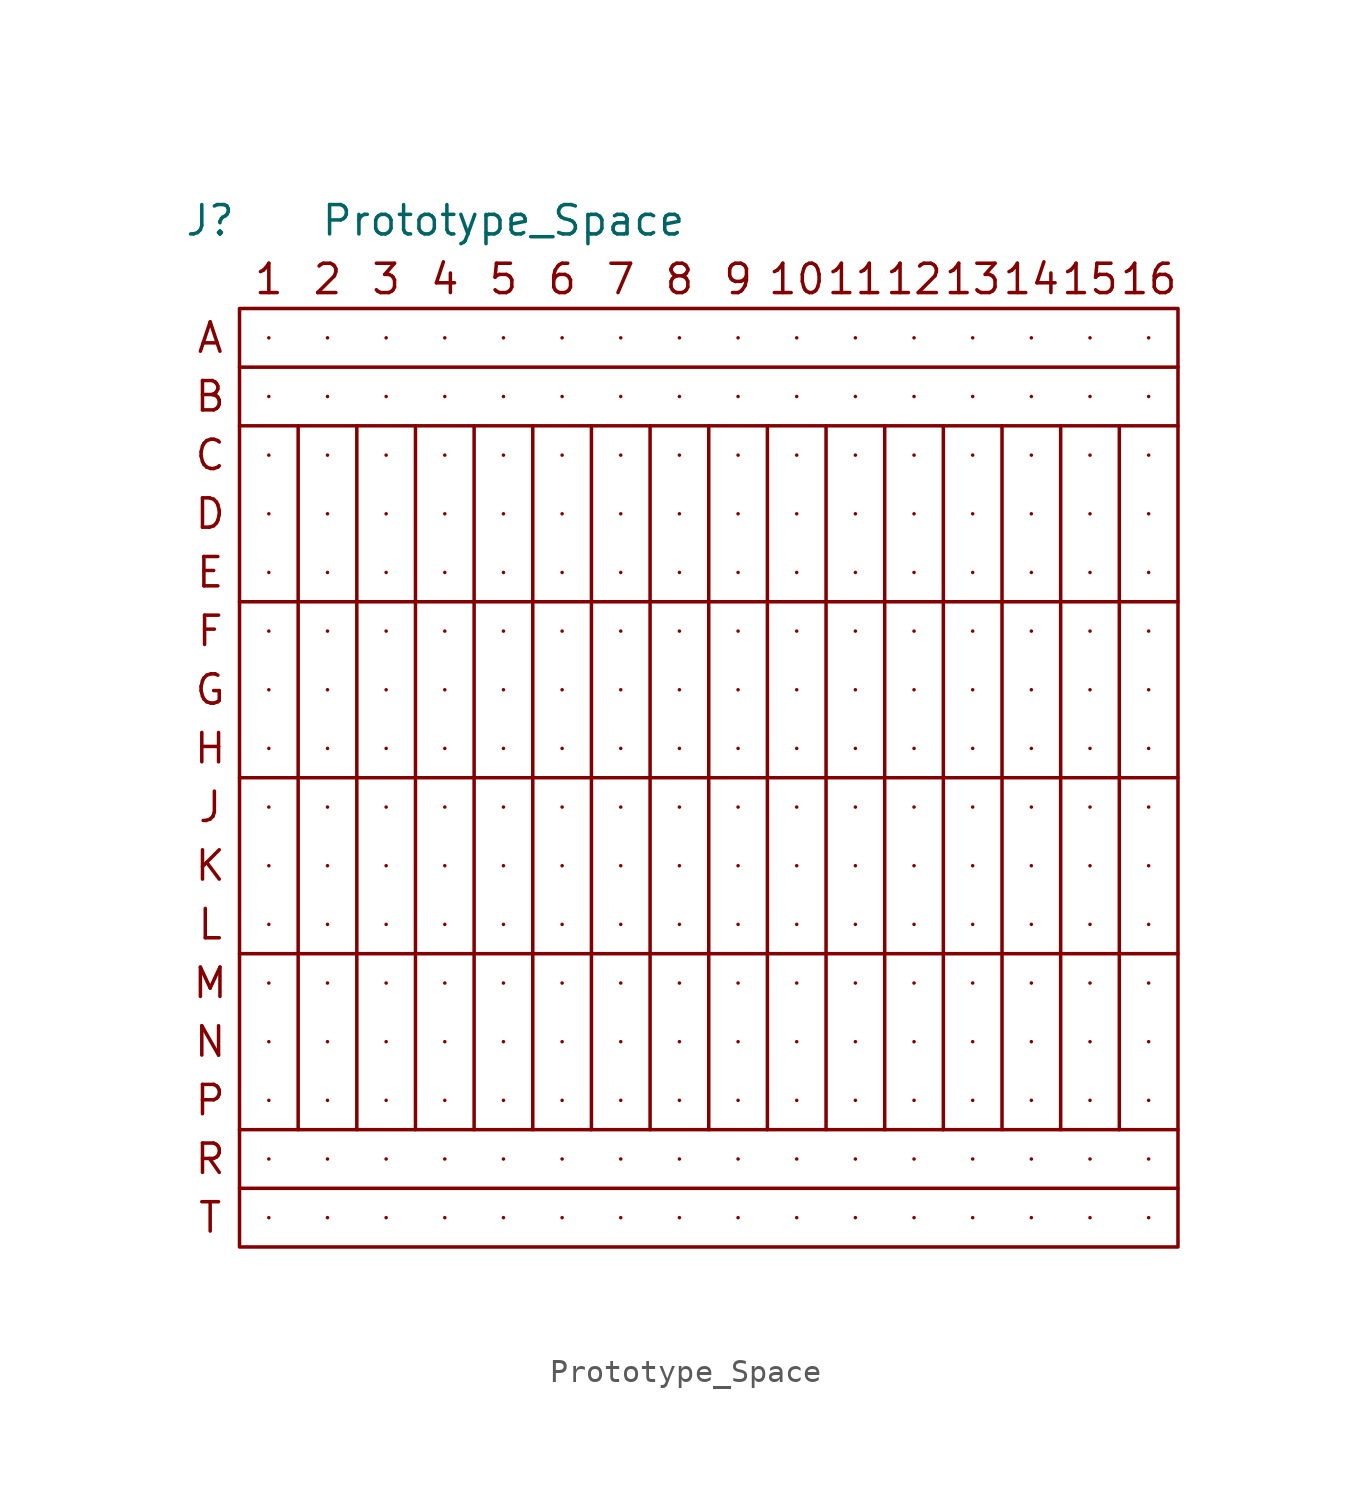
<source format=kicad_sym>
(kicad_symbol_lib
  (version 20211014)
  (generator kicad_symbol_editor)
  (symbol "Prototype_Space"
    (pin_numbers hide)
    (pin_names
      (offset 0) hide)
    (property "Reference" "J"
      (at -2.54 5.08 0)
      (effects (font (size 1.27 1.27))))
    (property "Value" "Prototype_Space"
      (at 10.16 5.08 0)
      (effects (font (size 1.27 1.27))))
    (symbol "Prototype_Space_0_0"
      (text "1" (at 0 2.54 0) (effects (font (size 1.27 1.27))))
      (text "10" (at 22.86 2.54 0) (effects (font (size 1.27 1.27))))
      (text "11" (at 25.4 2.54 0) (effects (font (size 1.27 1.27))))
      (text "12" (at 27.94 2.54 0) (effects (font (size 1.27 1.27))))
      (text "13" (at 30.48 2.54 0) (effects (font (size 1.27 1.27))))
      (text "14" (at 33.02 2.54 0) (effects (font (size 1.27 1.27))))
      (text "15" (at 35.56 2.54 0) (effects (font (size 1.27 1.27))))
      (text "16" (at 38.1 2.54 0) (effects (font (size 1.27 1.27))))
      (text "2" (at 2.54 2.54 0) (effects (font (size 1.27 1.27))))
      (text "3" (at 5.08 2.54 0) (effects (font (size 1.27 1.27))))
      (text "4" (at 7.62 2.54 0) (effects (font (size 1.27 1.27))))
      (text "5" (at 10.16 2.54 0) (effects (font (size 1.27 1.27))))
      (text "6" (at 12.7 2.54 0) (effects (font (size 1.27 1.27))))
      (text "7" (at 15.24 2.54 0) (effects (font (size 1.27 1.27))))
      (text "8" (at 17.78 2.54 0) (effects (font (size 1.27 1.27))))
      (text "9" (at 20.32 2.54 0) (effects (font (size 1.27 1.27))))
      (text "A" (at -2.54 0 0) (effects (font (size 1.27 1.27))))
      (text "B" (at -2.54 -2.54 0) (effects (font (size 1.27 1.27))))
      (text "C" (at -2.54 -5.08 0) (effects (font (size 1.27 1.27))))
      (text "D" (at -2.54 -7.62 0) (effects (font (size 1.27 1.27))))
      (text "E" (at -2.54 -10.16 0) (effects (font (size 1.27 1.27))))
      (text "F" (at -2.54 -12.7 0) (effects (font (size 1.27 1.27))))
      (text "G" (at -2.54 -15.24 0) (effects (font (size 1.27 1.27))))
      (text "H" (at -2.54 -17.78 0) (effects (font (size 1.27 1.27))))
      (text "J" (at -2.54 -20.32 0) (effects (font (size 1.27 1.27))))
      (text "K" (at -2.54 -22.86 0) (effects (font (size 1.27 1.27))))
      (text "L" (at -2.54 -25.4 0) (effects (font (size 1.27 1.27))))
      (text "M" (at -2.54 -27.94 0) (effects (font (size 1.27 1.27))))
      (text "N" (at -2.54 -30.48 0) (effects (font (size 1.27 1.27))))
      (text "P" (at -2.54 -33.02 0) (effects (font (size 1.27 1.27))))
      (text "R" (at -2.54 -35.56 0) (effects (font (size 1.27 1.27))))
      (text "T" (at -2.54 -38.1 0) (effects (font (size 1.27 1.27)))))
    (symbol "Prototype_Space_0_1"
      (rectangle (start -1.27 1.27) (end 39.37 -39.37) (stroke (width 0) (type default) (color 0 0 0 0)) (fill (type none)))
      (polyline (pts (xy -1.27 -36.83) (xy 39.37 -36.83)) (stroke (width 0) (type default) (color 0 0 0 0)) (fill (type none)))
      (polyline (pts (xy -1.27 -19.05) (xy 39.37 -19.05)) (stroke (width 0) (type default) (color 0 0 0 0)) (fill (type none)))
      (polyline (pts (xy -1.27 -1.27) (xy 39.37 -1.27)) (stroke (width 0) (type default) (color 0 0 0 0)) (fill (type none)))
      (polyline (pts (xy 1.27 -34.29) (xy 1.27 -3.81)) (stroke (width 0) (type default) (color 0 0 0 0)) (fill (type none)))
      (polyline (pts (xy 3.81 -3.81) (xy 3.81 -34.29)) (stroke (width 0) (type default) (color 0 0 0 0)) (fill (type none)))
      (polyline (pts (xy 6.35 -3.81) (xy 6.35 -34.29)) (stroke (width 0) (type default) (color 0 0 0 0)) (fill (type none)))
      (polyline (pts (xy 8.89 -3.81) (xy 8.89 -34.29)) (stroke (width 0) (type default) (color 0 0 0 0)) (fill (type none)))
      (polyline (pts (xy 11.43 -3.81) (xy 11.43 -34.29)) (stroke (width 0) (type default) (color 0 0 0 0)) (fill (type none)))
      (polyline (pts (xy 13.97 -34.29) (xy 13.97 -3.81)) (stroke (width 0) (type default) (color 0 0 0 0)) (fill (type none)))
      (polyline (pts (xy 16.51 -3.81) (xy 16.51 -34.29)) (stroke (width 0) (type default) (color 0 0 0 0)) (fill (type none)))
      (polyline (pts (xy 19.05 -34.29) (xy 19.05 -3.81)) (stroke (width 0) (type default) (color 0 0 0 0)) (fill (type none)))
      (polyline (pts (xy 21.59 -3.81) (xy 21.59 -34.29)) (stroke (width 0) (type default) (color 0 0 0 0)) (fill (type none)))
      (polyline (pts (xy 24.13 -34.29) (xy 24.13 -3.81)) (stroke (width 0) (type default) (color 0 0 0 0)) (fill (type none)))
      (polyline (pts (xy 26.67 -3.81) (xy 26.67 -34.29)) (stroke (width 0) (type default) (color 0 0 0 0)) (fill (type none)))
      (polyline (pts (xy 29.21 -34.29) (xy 29.21 -3.81)) (stroke (width 0) (type default) (color 0 0 0 0)) (fill (type none)))
      (polyline (pts (xy 31.75 -3.81) (xy 31.75 -34.29)) (stroke (width 0) (type default) (color 0 0 0 0)) (fill (type none)))
      (polyline (pts (xy 34.29 -34.29) (xy 34.29 -3.81)) (stroke (width 0) (type default) (color 0 0 0 0)) (fill (type none)))
      (polyline (pts (xy 36.83 -3.81) (xy 36.83 -34.29)) (stroke (width 0) (type default) (color 0 0 0 0)) (fill (type none)))
      (polyline (pts (xy 39.37 -34.29) (xy -1.27 -34.29)) (stroke (width 0) (type default) (color 0 0 0 0)) (fill (type none)))
      (polyline (pts (xy 39.37 -26.67) (xy -1.27 -26.67)) (stroke (width 0) (type default) (color 0 0 0 0)) (fill (type none)))
      (polyline (pts (xy 39.37 -11.43) (xy -1.27 -11.43)) (stroke (width 0) (type default) (color 0 0 0 0)) (fill (type none)))
      (polyline (pts (xy 39.37 -3.81) (xy -1.27 -3.81)) (stroke (width 0) (type default) (color 0 0 0 0)) (fill (type none))))
    (symbol "Prototype_Space_1_1"
      (pin passive line (at 22.86 0 0) (length 0) (name "10A" (effects (font (size 1.27 1.27)))) (number "10A" (effects (font (size 1.27 1.27)))))
      (pin passive line (at 22.86 -2.54 0) (length 0) (name "10B" (effects (font (size 1.27 1.27)))) (number "10B" (effects (font (size 1.27 1.27)))))
      (pin passive line (at 22.86 -5.08 0) (length 0) (name "10C" (effects (font (size 1.27 1.27)))) (number "10C" (effects (font (size 1.27 1.27)))))
      (pin passive line (at 22.86 -7.62 0) (length 0) (name "10D" (effects (font (size 1.27 1.27)))) (number "10D" (effects (font (size 1.27 1.27)))))
      (pin passive line (at 22.86 -10.16 0) (length 0) (name "10E" (effects (font (size 1.27 1.27)))) (number "10E" (effects (font (size 1.27 1.27)))))
      (pin passive line (at 22.86 -12.7 0) (length 0) (name "10F" (effects (font (size 1.27 1.27)))) (number "10F" (effects (font (size 1.27 1.27)))))
      (pin passive line (at 22.86 -15.24 0) (length 0) (name "10G" (effects (font (size 1.27 1.27)))) (number "10G" (effects (font (size 1.27 1.27)))))
      (pin passive line (at 22.86 -17.78 0) (length 0) (name "10H" (effects (font (size 1.27 1.27)))) (number "10H" (effects (font (size 1.27 1.27)))))
      (pin passive line (at 22.86 -20.32 0) (length 0) (name "10J" (effects (font (size 1.27 1.27)))) (number "10J" (effects (font (size 1.27 1.27)))))
      (pin passive line (at 22.86 -22.86 0) (length 0) (name "10K" (effects (font (size 1.27 1.27)))) (number "10K" (effects (font (size 1.27 1.27)))))
      (pin passive line (at 22.86 -25.4 0) (length 0) (name "10L" (effects (font (size 1.27 1.27)))) (number "10L" (effects (font (size 1.27 1.27)))))
      (pin passive line (at 22.86 -27.94 0) (length 0) (name "10M" (effects (font (size 1.27 1.27)))) (number "10M" (effects (font (size 1.27 1.27)))))
      (pin passive line (at 22.86 -30.48 0) (length 0) (name "10N" (effects (font (size 1.27 1.27)))) (number "10N" (effects (font (size 1.27 1.27)))))
      (pin passive line (at 22.86 -33.02 0) (length 0) (name "10P" (effects (font (size 1.27 1.27)))) (number "10P" (effects (font (size 1.27 1.27)))))
      (pin passive line (at 22.86 -35.56 0) (length 0) (name "10R" (effects (font (size 1.27 1.27)))) (number "10R" (effects (font (size 1.27 1.27)))))
      (pin passive line (at 22.86 -38.1 0) (length 0) (name "10T" (effects (font (size 1.27 1.27)))) (number "10T" (effects (font (size 1.27 1.27)))))
      (pin passive line (at 25.4 0 0) (length 0) (name "11A" (effects (font (size 1.27 1.27)))) (number "11A" (effects (font (size 1.27 1.27)))))
      (pin passive line (at 25.4 -2.54 0) (length 0) (name "11B" (effects (font (size 1.27 1.27)))) (number "11B" (effects (font (size 1.27 1.27)))))
      (pin passive line (at 25.4 -5.08 0) (length 0) (name "11C" (effects (font (size 1.27 1.27)))) (number "11C" (effects (font (size 1.27 1.27)))))
      (pin passive line (at 25.4 -7.62 0) (length 0) (name "11D" (effects (font (size 1.27 1.27)))) (number "11D" (effects (font (size 1.27 1.27)))))
      (pin passive line (at 25.4 -10.16 0) (length 0) (name "11E" (effects (font (size 1.27 1.27)))) (number "11E" (effects (font (size 1.27 1.27)))))
      (pin passive line (at 25.4 -12.7 0) (length 0) (name "11F" (effects (font (size 1.27 1.27)))) (number "11F" (effects (font (size 1.27 1.27)))))
      (pin passive line (at 25.4 -15.24 0) (length 0) (name "11G" (effects (font (size 1.27 1.27)))) (number "11G" (effects (font (size 1.27 1.27)))))
      (pin passive line (at 25.4 -17.78 0) (length 0) (name "11H" (effects (font (size 1.27 1.27)))) (number "11H" (effects (font (size 1.27 1.27)))))
      (pin passive line (at 25.4 -20.32 0) (length 0) (name "11J" (effects (font (size 1.27 1.27)))) (number "11J" (effects (font (size 1.27 1.27)))))
      (pin passive line (at 25.4 -22.86 0) (length 0) (name "11K" (effects (font (size 1.27 1.27)))) (number "11K" (effects (font (size 1.27 1.27)))))
      (pin passive line (at 25.4 -25.4 0) (length 0) (name "11L" (effects (font (size 1.27 1.27)))) (number "11L" (effects (font (size 1.27 1.27)))))
      (pin passive line (at 25.4 -27.94 0) (length 0) (name "11M" (effects (font (size 1.27 1.27)))) (number "11M" (effects (font (size 1.27 1.27)))))
      (pin passive line (at 25.4 -30.48 0) (length 0) (name "11N" (effects (font (size 1.27 1.27)))) (number "11N" (effects (font (size 1.27 1.27)))))
      (pin passive line (at 25.4 -33.02 0) (length 0) (name "11P" (effects (font (size 1.27 1.27)))) (number "11P" (effects (font (size 1.27 1.27)))))
      (pin passive line (at 25.4 -35.56 0) (length 0) (name "11R" (effects (font (size 1.27 1.27)))) (number "11R" (effects (font (size 1.27 1.27)))))
      (pin passive line (at 25.4 -38.1 0) (length 0) (name "11T" (effects (font (size 1.27 1.27)))) (number "11T" (effects (font (size 1.27 1.27)))))
      (pin passive line (at 27.94 0 0) (length 0) (name "12A" (effects (font (size 1.27 1.27)))) (number "12A" (effects (font (size 1.27 1.27)))))
      (pin passive line (at 27.94 -2.54 0) (length 0) (name "12B" (effects (font (size 1.27 1.27)))) (number "12B" (effects (font (size 1.27 1.27)))))
      (pin passive line (at 27.94 -5.08 0) (length 0) (name "12C" (effects (font (size 1.27 1.27)))) (number "12C" (effects (font (size 1.27 1.27)))))
      (pin passive line (at 27.94 -7.62 0) (length 0) (name "12D" (effects (font (size 1.27 1.27)))) (number "12D" (effects (font (size 1.27 1.27)))))
      (pin passive line (at 27.94 -10.16 0) (length 0) (name "12E" (effects (font (size 1.27 1.27)))) (number "12E" (effects (font (size 1.27 1.27)))))
      (pin passive line (at 27.94 -12.7 0) (length 0) (name "12F" (effects (font (size 1.27 1.27)))) (number "12F" (effects (font (size 1.27 1.27)))))
      (pin passive line (at 27.94 -15.24 0) (length 0) (name "12G" (effects (font (size 1.27 1.27)))) (number "12G" (effects (font (size 1.27 1.27)))))
      (pin passive line (at 27.94 -17.78 0) (length 0) (name "12H" (effects (font (size 1.27 1.27)))) (number "12H" (effects (font (size 1.27 1.27)))))
      (pin passive line (at 27.94 -20.32 0) (length 0) (name "12J" (effects (font (size 1.27 1.27)))) (number "12J" (effects (font (size 1.27 1.27)))))
      (pin passive line (at 27.94 -22.86 0) (length 0) (name "12K" (effects (font (size 1.27 1.27)))) (number "12K" (effects (font (size 1.27 1.27)))))
      (pin passive line (at 27.94 -25.4 0) (length 0) (name "12L" (effects (font (size 1.27 1.27)))) (number "12L" (effects (font (size 1.27 1.27)))))
      (pin passive line (at 27.94 -27.94 0) (length 0) (name "12M" (effects (font (size 1.27 1.27)))) (number "12M" (effects (font (size 1.27 1.27)))))
      (pin passive line (at 27.94 -30.48 0) (length 0) (name "12N" (effects (font (size 1.27 1.27)))) (number "12N" (effects (font (size 1.27 1.27)))))
      (pin passive line (at 27.94 -33.02 0) (length 0) (name "12P" (effects (font (size 1.27 1.27)))) (number "12P" (effects (font (size 1.27 1.27)))))
      (pin passive line (at 27.94 -35.56 0) (length 0) (name "12R" (effects (font (size 1.27 1.27)))) (number "12R" (effects (font (size 1.27 1.27)))))
      (pin passive line (at 27.94 -38.1 0) (length 0) (name "12T" (effects (font (size 1.27 1.27)))) (number "12T" (effects (font (size 1.27 1.27)))))
      (pin passive line (at 30.48 0 0) (length 0) (name "13A" (effects (font (size 1.27 1.27)))) (number "13A" (effects (font (size 1.27 1.27)))))
      (pin passive line (at 30.48 -2.54 0) (length 0) (name "13B" (effects (font (size 1.27 1.27)))) (number "13B" (effects (font (size 1.27 1.27)))))
      (pin passive line (at 30.48 -5.08 0) (length 0) (name "13C" (effects (font (size 1.27 1.27)))) (number "13C" (effects (font (size 1.27 1.27)))))
      (pin passive line (at 30.48 -7.62 0) (length 0) (name "13D" (effects (font (size 1.27 1.27)))) (number "13D" (effects (font (size 1.27 1.27)))))
      (pin passive line (at 30.48 -10.16 0) (length 0) (name "13E" (effects (font (size 1.27 1.27)))) (number "13E" (effects (font (size 1.27 1.27)))))
      (pin passive line (at 30.48 -12.7 0) (length 0) (name "13F" (effects (font (size 1.27 1.27)))) (number "13F" (effects (font (size 1.27 1.27)))))
      (pin passive line (at 30.48 -15.24 0) (length 0) (name "13G" (effects (font (size 1.27 1.27)))) (number "13G" (effects (font (size 1.27 1.27)))))
      (pin passive line (at 30.48 -17.78 0) (length 0) (name "13H" (effects (font (size 1.27 1.27)))) (number "13H" (effects (font (size 1.27 1.27)))))
      (pin passive line (at 30.48 -20.32 0) (length 0) (name "13J" (effects (font (size 1.27 1.27)))) (number "13J" (effects (font (size 1.27 1.27)))))
      (pin passive line (at 30.48 -22.86 0) (length 0) (name "13K" (effects (font (size 1.27 1.27)))) (number "13K" (effects (font (size 1.27 1.27)))))
      (pin passive line (at 30.48 -25.4 0) (length 0) (name "13L" (effects (font (size 1.27 1.27)))) (number "13L" (effects (font (size 1.27 1.27)))))
      (pin passive line (at 30.48 -27.94 0) (length 0) (name "13M" (effects (font (size 1.27 1.27)))) (number "13M" (effects (font (size 1.27 1.27)))))
      (pin passive line (at 30.48 -30.48 0) (length 0) (name "13N" (effects (font (size 1.27 1.27)))) (number "13N" (effects (font (size 1.27 1.27)))))
      (pin passive line (at 30.48 -33.02 0) (length 0) (name "13P" (effects (font (size 1.27 1.27)))) (number "13P" (effects (font (size 1.27 1.27)))))
      (pin passive line (at 30.48 -35.56 0) (length 0) (name "13R" (effects (font (size 1.27 1.27)))) (number "13R" (effects (font (size 1.27 1.27)))))
      (pin passive line (at 30.48 -38.1 0) (length 0) (name "13T" (effects (font (size 1.27 1.27)))) (number "13T" (effects (font (size 1.27 1.27)))))
      (pin passive line (at 33.02 0 0) (length 0) (name "14A" (effects (font (size 1.27 1.27)))) (number "14A" (effects (font (size 1.27 1.27)))))
      (pin passive line (at 33.02 -2.54 0) (length 0) (name "14B" (effects (font (size 1.27 1.27)))) (number "14B" (effects (font (size 1.27 1.27)))))
      (pin passive line (at 33.02 -5.08 0) (length 0) (name "14C" (effects (font (size 1.27 1.27)))) (number "14C" (effects (font (size 1.27 1.27)))))
      (pin passive line (at 33.02 -7.62 0) (length 0) (name "14D" (effects (font (size 1.27 1.27)))) (number "14D" (effects (font (size 1.27 1.27)))))
      (pin passive line (at 33.02 -10.16 0) (length 0) (name "14E" (effects (font (size 1.27 1.27)))) (number "14E" (effects (font (size 1.27 1.27)))))
      (pin passive line (at 33.02 -12.7 0) (length 0) (name "14F" (effects (font (size 1.27 1.27)))) (number "14F" (effects (font (size 1.27 1.27)))))
      (pin passive line (at 33.02 -15.24 0) (length 0) (name "14G" (effects (font (size 1.27 1.27)))) (number "14G" (effects (font (size 1.27 1.27)))))
      (pin passive line (at 33.02 -17.78 0) (length 0) (name "14H" (effects (font (size 1.27 1.27)))) (number "14H" (effects (font (size 1.27 1.27)))))
      (pin passive line (at 33.02 -20.32 0) (length 0) (name "14J" (effects (font (size 1.27 1.27)))) (number "14J" (effects (font (size 1.27 1.27)))))
      (pin passive line (at 33.02 -22.86 0) (length 0) (name "14K" (effects (font (size 1.27 1.27)))) (number "14K" (effects (font (size 1.27 1.27)))))
      (pin passive line (at 33.02 -25.4 0) (length 0) (name "14L" (effects (font (size 1.27 1.27)))) (number "14L" (effects (font (size 1.27 1.27)))))
      (pin passive line (at 33.02 -27.94 0) (length 0) (name "14M" (effects (font (size 1.27 1.27)))) (number "14M" (effects (font (size 1.27 1.27)))))
      (pin passive line (at 33.02 -30.48 0) (length 0) (name "14N" (effects (font (size 1.27 1.27)))) (number "14N" (effects (font (size 1.27 1.27)))))
      (pin passive line (at 33.02 -33.02 0) (length 0) (name "14P" (effects (font (size 1.27 1.27)))) (number "14P" (effects (font (size 1.27 1.27)))))
      (pin passive line (at 33.02 -35.56 0) (length 0) (name "14R" (effects (font (size 1.27 1.27)))) (number "14R" (effects (font (size 1.27 1.27)))))
      (pin passive line (at 33.02 -38.1 0) (length 0) (name "14T" (effects (font (size 1.27 1.27)))) (number "14T" (effects (font (size 1.27 1.27)))))
      (pin passive line (at 35.56 0 0) (length 0) (name "15A" (effects (font (size 1.27 1.27)))) (number "15A" (effects (font (size 1.27 1.27)))))
      (pin passive line (at 35.56 -2.54 0) (length 0) (name "15B" (effects (font (size 1.27 1.27)))) (number "15B" (effects (font (size 1.27 1.27)))))
      (pin passive line (at 35.56 -5.08 0) (length 0) (name "15C" (effects (font (size 1.27 1.27)))) (number "15C" (effects (font (size 1.27 1.27)))))
      (pin passive line (at 35.56 -7.62 0) (length 0) (name "15D" (effects (font (size 1.27 1.27)))) (number "15D" (effects (font (size 1.27 1.27)))))
      (pin passive line (at 35.56 -10.16 0) (length 0) (name "15E" (effects (font (size 1.27 1.27)))) (number "15E" (effects (font (size 1.27 1.27)))))
      (pin passive line (at 35.56 -12.7 0) (length 0) (name "15F" (effects (font (size 1.27 1.27)))) (number "15F" (effects (font (size 1.27 1.27)))))
      (pin passive line (at 35.56 -15.24 0) (length 0) (name "15G" (effects (font (size 1.27 1.27)))) (number "15G" (effects (font (size 1.27 1.27)))))
      (pin passive line (at 35.56 -17.78 0) (length 0) (name "15H" (effects (font (size 1.27 1.27)))) (number "15H" (effects (font (size 1.27 1.27)))))
      (pin passive line (at 35.56 -20.32 0) (length 0) (name "15J" (effects (font (size 1.27 1.27)))) (number "15J" (effects (font (size 1.27 1.27)))))
      (pin passive line (at 35.56 -22.86 0) (length 0) (name "15K" (effects (font (size 1.27 1.27)))) (number "15K" (effects (font (size 1.27 1.27)))))
      (pin passive line (at 35.56 -25.4 0) (length 0) (name "15L" (effects (font (size 1.27 1.27)))) (number "15L" (effects (font (size 1.27 1.27)))))
      (pin passive line (at 35.56 -27.94 0) (length 0) (name "15M" (effects (font (size 1.27 1.27)))) (number "15M" (effects (font (size 1.27 1.27)))))
      (pin passive line (at 35.56 -30.48 0) (length 0) (name "15N" (effects (font (size 1.27 1.27)))) (number "15N" (effects (font (size 1.27 1.27)))))
      (pin passive line (at 35.56 -33.02 0) (length 0) (name "15P" (effects (font (size 1.27 1.27)))) (number "15P" (effects (font (size 1.27 1.27)))))
      (pin passive line (at 35.56 -35.56 0) (length 0) (name "15R" (effects (font (size 1.27 1.27)))) (number "15R" (effects (font (size 1.27 1.27)))))
      (pin passive line (at 35.56 -38.1 0) (length 0) (name "15T" (effects (font (size 1.27 1.27)))) (number "15T" (effects (font (size 1.27 1.27)))))
      (pin passive line (at 38.1 0 0) (length 0) (name "16A" (effects (font (size 1.27 1.27)))) (number "16A" (effects (font (size 1.27 1.27)))))
      (pin passive line (at 38.1 -2.54 0) (length 0) (name "16B" (effects (font (size 1.27 1.27)))) (number "16B" (effects (font (size 1.27 1.27)))))
      (pin passive line (at 38.1 -5.08 0) (length 0) (name "16C" (effects (font (size 1.27 1.27)))) (number "16C" (effects (font (size 1.27 1.27)))))
      (pin passive line (at 38.1 -7.62 0) (length 0) (name "16D" (effects (font (size 1.27 1.27)))) (number "16D" (effects (font (size 1.27 1.27)))))
      (pin passive line (at 38.1 -10.16 0) (length 0) (name "16E" (effects (font (size 1.27 1.27)))) (number "16E" (effects (font (size 1.27 1.27)))))
      (pin passive line (at 38.1 -12.7 0) (length 0) (name "16F" (effects (font (size 1.27 1.27)))) (number "16F" (effects (font (size 1.27 1.27)))))
      (pin passive line (at 38.1 -15.24 0) (length 0) (name "16G" (effects (font (size 1.27 1.27)))) (number "16G" (effects (font (size 1.27 1.27)))))
      (pin passive line (at 38.1 -17.78 0) (length 0) (name "16H" (effects (font (size 1.27 1.27)))) (number "16H" (effects (font (size 1.27 1.27)))))
      (pin passive line (at 38.1 -20.32 0) (length 0) (name "16J" (effects (font (size 1.27 1.27)))) (number "16J" (effects (font (size 1.27 1.27)))))
      (pin passive line (at 38.1 -22.86 0) (length 0) (name "16K" (effects (font (size 1.27 1.27)))) (number "16K" (effects (font (size 1.27 1.27)))))
      (pin passive line (at 38.1 -25.4 0) (length 0) (name "16L" (effects (font (size 1.27 1.27)))) (number "16L" (effects (font (size 1.27 1.27)))))
      (pin passive line (at 38.1 -27.94 0) (length 0) (name "16M" (effects (font (size 1.27 1.27)))) (number "16M" (effects (font (size 1.27 1.27)))))
      (pin passive line (at 38.1 -30.48 0) (length 0) (name "16N" (effects (font (size 1.27 1.27)))) (number "16N" (effects (font (size 1.27 1.27)))))
      (pin passive line (at 38.1 -33.02 0) (length 0) (name "16P" (effects (font (size 1.27 1.27)))) (number "16P" (effects (font (size 1.27 1.27)))))
      (pin passive line (at 38.1 -35.56 0) (length 0) (name "16R" (effects (font (size 1.27 1.27)))) (number "16R" (effects (font (size 1.27 1.27)))))
      (pin passive line (at 38.1 -38.1 0) (length 0) (name "16T" (effects (font (size 1.27 1.27)))) (number "16T" (effects (font (size 1.27 1.27)))))
      (pin passive line (at 0 0 0) (length 0) (name "1A" (effects (font (size 1.27 1.27)))) (number "1A" (effects (font (size 1.27 1.27)))))
      (pin passive line (at 0 -2.54 0) (length 0) (name "1B" (effects (font (size 1.27 1.27)))) (number "1B" (effects (font (size 1.27 1.27)))))
      (pin passive line (at 0 -5.08 0) (length 0) (name "1C" (effects (font (size 1.27 1.27)))) (number "1C" (effects (font (size 1.27 1.27)))))
      (pin passive line (at 0 -7.62 0) (length 0) (name "1D" (effects (font (size 1.27 1.27)))) (number "1D" (effects (font (size 1.27 1.27)))))
      (pin passive line (at 0 -10.16 0) (length 0) (name "1E" (effects (font (size 1.27 1.27)))) (number "1E" (effects (font (size 1.27 1.27)))))
      (pin passive line (at 0 -12.7 0) (length 0) (name "1F" (effects (font (size 1.27 1.27)))) (number "1F" (effects (font (size 1.27 1.27)))))
      (pin passive line (at 0 -15.24 0) (length 0) (name "1G" (effects (font (size 1.27 1.27)))) (number "1G" (effects (font (size 1.27 1.27)))))
      (pin passive line (at 0 -17.78 0) (length 0) (name "1H" (effects (font (size 1.27 1.27)))) (number "1H" (effects (font (size 1.27 1.27)))))
      (pin passive line (at 0 -20.32 0) (length 0) (name "1J" (effects (font (size 1.27 1.27)))) (number "1J" (effects (font (size 1.27 1.27)))))
      (pin passive line (at 0 -22.86 0) (length 0) (name "1K" (effects (font (size 1.27 1.27)))) (number "1K" (effects (font (size 1.27 1.27)))))
      (pin passive line (at 0 -25.4 0) (length 0) (name "1L" (effects (font (size 1.27 1.27)))) (number "1L" (effects (font (size 1.27 1.27)))))
      (pin passive line (at 0 -27.94 0) (length 0) (name "1M" (effects (font (size 1.27 1.27)))) (number "1M" (effects (font (size 1.27 1.27)))))
      (pin passive line (at 0 -30.48 0) (length 0) (name "1N" (effects (font (size 1.27 1.27)))) (number "1N" (effects (font (size 1.27 1.27)))))
      (pin passive line (at 0 -33.02 0) (length 0) (name "1P" (effects (font (size 1.27 1.27)))) (number "1P" (effects (font (size 1.27 1.27)))))
      (pin passive line (at 0 -35.56 0) (length 0) (name "1R" (effects (font (size 1.27 1.27)))) (number "1R" (effects (font (size 1.27 1.27)))))
      (pin passive line (at 0 -38.1 0) (length 0) (name "1T" (effects (font (size 1.27 1.27)))) (number "1T" (effects (font (size 1.27 1.27)))))
      (pin passive line (at 2.54 0 0) (length 0) (name "2A" (effects (font (size 1.27 1.27)))) (number "2A" (effects (font (size 1.27 1.27)))))
      (pin passive line (at 2.54 -2.54 0) (length 0) (name "2B" (effects (font (size 1.27 1.27)))) (number "2B" (effects (font (size 1.27 1.27)))))
      (pin passive line (at 2.54 -5.08 0) (length 0) (name "2C" (effects (font (size 1.27 1.27)))) (number "2C" (effects (font (size 1.27 1.27)))))
      (pin passive line (at 2.54 -7.62 0) (length 0) (name "2D" (effects (font (size 1.27 1.27)))) (number "2D" (effects (font (size 1.27 1.27)))))
      (pin passive line (at 2.54 -10.16 0) (length 0) (name "2E" (effects (font (size 1.27 1.27)))) (number "2E" (effects (font (size 1.27 1.27)))))
      (pin passive line (at 2.54 -12.7 0) (length 0) (name "2F" (effects (font (size 1.27 1.27)))) (number "2F" (effects (font (size 1.27 1.27)))))
      (pin passive line (at 2.54 -15.24 0) (length 0) (name "2G" (effects (font (size 1.27 1.27)))) (number "2G" (effects (font (size 1.27 1.27)))))
      (pin passive line (at 2.54 -17.78 0) (length 0) (name "2H" (effects (font (size 1.27 1.27)))) (number "2H" (effects (font (size 1.27 1.27)))))
      (pin passive line (at 2.54 -20.32 0) (length 0) (name "2J" (effects (font (size 1.27 1.27)))) (number "2J" (effects (font (size 1.27 1.27)))))
      (pin passive line (at 2.54 -22.86 0) (length 0) (name "2K" (effects (font (size 1.27 1.27)))) (number "2K" (effects (font (size 1.27 1.27)))))
      (pin passive line (at 2.54 -25.4 0) (length 0) (name "2L" (effects (font (size 1.27 1.27)))) (number "2L" (effects (font (size 1.27 1.27)))))
      (pin passive line (at 2.54 -27.94 0) (length 0) (name "2M" (effects (font (size 1.27 1.27)))) (number "2M" (effects (font (size 1.27 1.27)))))
      (pin passive line (at 2.54 -30.48 0) (length 0) (name "2N" (effects (font (size 1.27 1.27)))) (number "2N" (effects (font (size 1.27 1.27)))))
      (pin passive line (at 2.54 -33.02 0) (length 0) (name "2P" (effects (font (size 1.27 1.27)))) (number "2P" (effects (font (size 1.27 1.27)))))
      (pin passive line (at 2.54 -35.56 0) (length 0) (name "2R" (effects (font (size 1.27 1.27)))) (number "2R" (effects (font (size 1.27 1.27)))))
      (pin passive line (at 2.54 -38.1 0) (length 0) (name "2T" (effects (font (size 1.27 1.27)))) (number "2T" (effects (font (size 1.27 1.27)))))
      (pin passive line (at 5.08 0 0) (length 0) (name "3A" (effects (font (size 1.27 1.27)))) (number "3A" (effects (font (size 1.27 1.27)))))
      (pin passive line (at 5.08 -2.54 0) (length 0) (name "3B" (effects (font (size 1.27 1.27)))) (number "3B" (effects (font (size 1.27 1.27)))))
      (pin passive line (at 5.08 -5.08 0) (length 0) (name "3C" (effects (font (size 1.27 1.27)))) (number "3C" (effects (font (size 1.27 1.27)))))
      (pin passive line (at 5.08 -7.62 0) (length 0) (name "3D" (effects (font (size 1.27 1.27)))) (number "3D" (effects (font (size 1.27 1.27)))))
      (pin passive line (at 5.08 -10.16 0) (length 0) (name "3E" (effects (font (size 1.27 1.27)))) (number "3E" (effects (font (size 1.27 1.27)))))
      (pin passive line (at 5.08 -12.7 0) (length 0) (name "3F" (effects (font (size 1.27 1.27)))) (number "3F" (effects (font (size 1.27 1.27)))))
      (pin passive line (at 5.08 -15.24 0) (length 0) (name "3G" (effects (font (size 1.27 1.27)))) (number "3G" (effects (font (size 1.27 1.27)))))
      (pin passive line (at 5.08 -17.78 0) (length 0) (name "3H" (effects (font (size 1.27 1.27)))) (number "3H" (effects (font (size 1.27 1.27)))))
      (pin passive line (at 5.08 -20.32 0) (length 0) (name "3J" (effects (font (size 1.27 1.27)))) (number "3J" (effects (font (size 1.27 1.27)))))
      (pin passive line (at 5.08 -22.86 0) (length 0) (name "3K" (effects (font (size 1.27 1.27)))) (number "3K" (effects (font (size 1.27 1.27)))))
      (pin passive line (at 5.08 -25.4 0) (length 0) (name "3L" (effects (font (size 1.27 1.27)))) (number "3L" (effects (font (size 1.27 1.27)))))
      (pin passive line (at 5.08 -27.94 0) (length 0) (name "3M" (effects (font (size 1.27 1.27)))) (number "3M" (effects (font (size 1.27 1.27)))))
      (pin passive line (at 5.08 -30.48 0) (length 0) (name "3N" (effects (font (size 1.27 1.27)))) (number "3N" (effects (font (size 1.27 1.27)))))
      (pin passive line (at 5.08 -33.02 0) (length 0) (name "3P" (effects (font (size 1.27 1.27)))) (number "3P" (effects (font (size 1.27 1.27)))))
      (pin passive line (at 5.08 -35.56 0) (length 0) (name "3R" (effects (font (size 1.27 1.27)))) (number "3R" (effects (font (size 1.27 1.27)))))
      (pin passive line (at 5.08 -38.1 0) (length 0) (name "3T" (effects (font (size 1.27 1.27)))) (number "3T" (effects (font (size 1.27 1.27)))))
      (pin passive line (at 7.62 0 0) (length 0) (name "4A" (effects (font (size 1.27 1.27)))) (number "4A" (effects (font (size 1.27 1.27)))))
      (pin passive line (at 7.62 -2.54 0) (length 0) (name "4B" (effects (font (size 1.27 1.27)))) (number "4B" (effects (font (size 1.27 1.27)))))
      (pin passive line (at 7.62 -5.08 0) (length 0) (name "4C" (effects (font (size 1.27 1.27)))) (number "4C" (effects (font (size 1.27 1.27)))))
      (pin passive line (at 7.62 -7.62 0) (length 0) (name "4D" (effects (font (size 1.27 1.27)))) (number "4D" (effects (font (size 1.27 1.27)))))
      (pin passive line (at 7.62 -10.16 0) (length 0) (name "4E" (effects (font (size 1.27 1.27)))) (number "4E" (effects (font (size 1.27 1.27)))))
      (pin passive line (at 7.62 -12.7 0) (length 0) (name "4F" (effects (font (size 1.27 1.27)))) (number "4F" (effects (font (size 1.27 1.27)))))
      (pin passive line (at 7.62 -15.24 0) (length 0) (name "4G" (effects (font (size 1.27 1.27)))) (number "4G" (effects (font (size 1.27 1.27)))))
      (pin passive line (at 7.62 -17.78 0) (length 0) (name "4H" (effects (font (size 1.27 1.27)))) (number "4H" (effects (font (size 1.27 1.27)))))
      (pin passive line (at 7.62 -20.32 0) (length 0) (name "4J" (effects (font (size 1.27 1.27)))) (number "4J" (effects (font (size 1.27 1.27)))))
      (pin passive line (at 7.62 -22.86 0) (length 0) (name "4K" (effects (font (size 1.27 1.27)))) (number "4K" (effects (font (size 1.27 1.27)))))
      (pin passive line (at 7.62 -25.4 0) (length 0) (name "4L" (effects (font (size 1.27 1.27)))) (number "4L" (effects (font (size 1.27 1.27)))))
      (pin passive line (at 7.62 -27.94 0) (length 0) (name "4M" (effects (font (size 1.27 1.27)))) (number "4M" (effects (font (size 1.27 1.27)))))
      (pin passive line (at 7.62 -30.48 0) (length 0) (name "4N" (effects (font (size 1.27 1.27)))) (number "4N" (effects (font (size 1.27 1.27)))))
      (pin passive line (at 7.62 -33.02 0) (length 0) (name "4P" (effects (font (size 1.27 1.27)))) (number "4P" (effects (font (size 1.27 1.27)))))
      (pin passive line (at 7.62 -35.56 0) (length 0) (name "4R" (effects (font (size 1.27 1.27)))) (number "4R" (effects (font (size 1.27 1.27)))))
      (pin passive line (at 7.62 -38.1 0) (length 0) (name "4T" (effects (font (size 1.27 1.27)))) (number "4T" (effects (font (size 1.27 1.27)))))
      (pin passive line (at 10.16 0 0) (length 0) (name "5A" (effects (font (size 1.27 1.27)))) (number "5A" (effects (font (size 1.27 1.27)))))
      (pin passive line (at 10.16 -2.54 0) (length 0) (name "5B" (effects (font (size 1.27 1.27)))) (number "5B" (effects (font (size 1.27 1.27)))))
      (pin passive line (at 10.16 -5.08 0) (length 0) (name "5C" (effects (font (size 1.27 1.27)))) (number "5C" (effects (font (size 1.27 1.27)))))
      (pin passive line (at 10.16 -7.62 0) (length 0) (name "5D" (effects (font (size 1.27 1.27)))) (number "5D" (effects (font (size 1.27 1.27)))))
      (pin passive line (at 10.16 -10.16 0) (length 0) (name "5E" (effects (font (size 1.27 1.27)))) (number "5E" (effects (font (size 1.27 1.27)))))
      (pin passive line (at 10.16 -12.7 0) (length 0) (name "5F" (effects (font (size 1.27 1.27)))) (number "5F" (effects (font (size 1.27 1.27)))))
      (pin passive line (at 10.16 -15.24 0) (length 0) (name "5G" (effects (font (size 1.27 1.27)))) (number "5G" (effects (font (size 1.27 1.27)))))
      (pin passive line (at 10.16 -17.78 0) (length 0) (name "5H" (effects (font (size 1.27 1.27)))) (number "5H" (effects (font (size 1.27 1.27)))))
      (pin passive line (at 10.16 -20.32 0) (length 0) (name "5J" (effects (font (size 1.27 1.27)))) (number "5J" (effects (font (size 1.27 1.27)))))
      (pin passive line (at 10.16 -22.86 0) (length 0) (name "5K" (effects (font (size 1.27 1.27)))) (number "5K" (effects (font (size 1.27 1.27)))))
      (pin passive line (at 10.16 -25.4 0) (length 0) (name "5L" (effects (font (size 1.27 1.27)))) (number "5L" (effects (font (size 1.27 1.27)))))
      (pin passive line (at 10.16 -27.94 0) (length 0) (name "5M" (effects (font (size 1.27 1.27)))) (number "5M" (effects (font (size 1.27 1.27)))))
      (pin passive line (at 10.16 -30.48 0) (length 0) (name "5N" (effects (font (size 1.27 1.27)))) (number "5N" (effects (font (size 1.27 1.27)))))
      (pin passive line (at 10.16 -33.02 0) (length 0) (name "5P" (effects (font (size 1.27 1.27)))) (number "5P" (effects (font (size 1.27 1.27)))))
      (pin passive line (at 10.16 -35.56 0) (length 0) (name "5R" (effects (font (size 1.27 1.27)))) (number "5R" (effects (font (size 1.27 1.27)))))
      (pin passive line (at 10.16 -38.1 0) (length 0) (name "5T" (effects (font (size 1.27 1.27)))) (number "5T" (effects (font (size 1.27 1.27)))))
      (pin passive line (at 12.7 0 0) (length 0) (name "6A" (effects (font (size 1.27 1.27)))) (number "6A" (effects (font (size 1.27 1.27)))))
      (pin passive line (at 12.7 -2.54 0) (length 0) (name "6B" (effects (font (size 1.27 1.27)))) (number "6B" (effects (font (size 1.27 1.27)))))
      (pin passive line (at 12.7 -5.08 0) (length 0) (name "6C" (effects (font (size 1.27 1.27)))) (number "6C" (effects (font (size 1.27 1.27)))))
      (pin passive line (at 12.7 -7.62 0) (length 0) (name "6D" (effects (font (size 1.27 1.27)))) (number "6D" (effects (font (size 1.27 1.27)))))
      (pin passive line (at 12.7 -10.16 0) (length 0) (name "6E" (effects (font (size 1.27 1.27)))) (number "6E" (effects (font (size 1.27 1.27)))))
      (pin passive line (at 12.7 -12.7 0) (length 0) (name "6F" (effects (font (size 1.27 1.27)))) (number "6F" (effects (font (size 1.27 1.27)))))
      (pin passive line (at 12.7 -15.24 0) (length 0) (name "6G" (effects (font (size 1.27 1.27)))) (number "6G" (effects (font (size 1.27 1.27)))))
      (pin passive line (at 12.7 -17.78 0) (length 0) (name "6H" (effects (font (size 1.27 1.27)))) (number "6H" (effects (font (size 1.27 1.27)))))
      (pin passive line (at 12.7 -20.32 0) (length 0) (name "6J" (effects (font (size 1.27 1.27)))) (number "6J" (effects (font (size 1.27 1.27)))))
      (pin passive line (at 12.7 -22.86 0) (length 0) (name "6K" (effects (font (size 1.27 1.27)))) (number "6K" (effects (font (size 1.27 1.27)))))
      (pin passive line (at 12.7 -25.4 0) (length 0) (name "6L" (effects (font (size 1.27 1.27)))) (number "6L" (effects (font (size 1.27 1.27)))))
      (pin passive line (at 12.7 -27.94 0) (length 0) (name "6M" (effects (font (size 1.27 1.27)))) (number "6M" (effects (font (size 1.27 1.27)))))
      (pin passive line (at 12.7 -30.48 0) (length 0) (name "6N" (effects (font (size 1.27 1.27)))) (number "6N" (effects (font (size 1.27 1.27)))))
      (pin passive line (at 12.7 -33.02 0) (length 0) (name "6P" (effects (font (size 1.27 1.27)))) (number "6P" (effects (font (size 1.27 1.27)))))
      (pin passive line (at 12.7 -35.56 0) (length 0) (name "6R" (effects (font (size 1.27 1.27)))) (number "6R" (effects (font (size 1.27 1.27)))))
      (pin passive line (at 12.7 -38.1 0) (length 0) (name "6T" (effects (font (size 1.27 1.27)))) (number "6T" (effects (font (size 1.27 1.27)))))
      (pin passive line (at 15.24 0 0) (length 0) (name "7A" (effects (font (size 1.27 1.27)))) (number "7A" (effects (font (size 1.27 1.27)))))
      (pin passive line (at 15.24 -2.54 0) (length 0) (name "7B" (effects (font (size 1.27 1.27)))) (number "7B" (effects (font (size 1.27 1.27)))))
      (pin passive line (at 15.24 -5.08 0) (length 0) (name "7C" (effects (font (size 1.27 1.27)))) (number "7C" (effects (font (size 1.27 1.27)))))
      (pin passive line (at 15.24 -7.62 0) (length 0) (name "7D" (effects (font (size 1.27 1.27)))) (number "7D" (effects (font (size 1.27 1.27)))))
      (pin passive line (at 15.24 -10.16 0) (length 0) (name "7E" (effects (font (size 1.27 1.27)))) (number "7E" (effects (font (size 1.27 1.27)))))
      (pin passive line (at 15.24 -12.7 0) (length 0) (name "7F" (effects (font (size 1.27 1.27)))) (number "7F" (effects (font (size 1.27 1.27)))))
      (pin passive line (at 15.24 -15.24 0) (length 0) (name "7G" (effects (font (size 1.27 1.27)))) (number "7G" (effects (font (size 1.27 1.27)))))
      (pin passive line (at 15.24 -17.78 0) (length 0) (name "7H" (effects (font (size 1.27 1.27)))) (number "7H" (effects (font (size 1.27 1.27)))))
      (pin passive line (at 15.24 -20.32 0) (length 0) (name "7J" (effects (font (size 1.27 1.27)))) (number "7J" (effects (font (size 1.27 1.27)))))
      (pin passive line (at 15.24 -22.86 0) (length 0) (name "7K" (effects (font (size 1.27 1.27)))) (number "7K" (effects (font (size 1.27 1.27)))))
      (pin passive line (at 15.24 -25.4 0) (length 0) (name "7L" (effects (font (size 1.27 1.27)))) (number "7L" (effects (font (size 1.27 1.27)))))
      (pin passive line (at 15.24 -27.94 0) (length 0) (name "7M" (effects (font (size 1.27 1.27)))) (number "7M" (effects (font (size 1.27 1.27)))))
      (pin passive line (at 15.24 -30.48 0) (length 0) (name "7N" (effects (font (size 1.27 1.27)))) (number "7N" (effects (font (size 1.27 1.27)))))
      (pin passive line (at 15.24 -33.02 0) (length 0) (name "7P" (effects (font (size 1.27 1.27)))) (number "7P" (effects (font (size 1.27 1.27)))))
      (pin passive line (at 15.24 -35.56 0) (length 0) (name "7R" (effects (font (size 1.27 1.27)))) (number "7R" (effects (font (size 1.27 1.27)))))
      (pin passive line (at 15.24 -38.1 0) (length 0) (name "7T" (effects (font (size 1.27 1.27)))) (number "7T" (effects (font (size 1.27 1.27)))))
      (pin passive line (at 17.78 0 0) (length 0) (name "8A" (effects (font (size 1.27 1.27)))) (number "8A" (effects (font (size 1.27 1.27)))))
      (pin passive line (at 17.78 -2.54 0) (length 0) (name "8B" (effects (font (size 1.27 1.27)))) (number "8B" (effects (font (size 1.27 1.27)))))
      (pin passive line (at 17.78 -5.08 0) (length 0) (name "8C" (effects (font (size 1.27 1.27)))) (number "8C" (effects (font (size 1.27 1.27)))))
      (pin passive line (at 17.78 -7.62 0) (length 0) (name "8D" (effects (font (size 1.27 1.27)))) (number "8D" (effects (font (size 1.27 1.27)))))
      (pin passive line (at 17.78 -10.16 0) (length 0) (name "8E" (effects (font (size 1.27 1.27)))) (number "8E" (effects (font (size 1.27 1.27)))))
      (pin passive line (at 17.78 -12.7 0) (length 0) (name "8F" (effects (font (size 1.27 1.27)))) (number "8F" (effects (font (size 1.27 1.27)))))
      (pin passive line (at 17.78 -15.24 0) (length 0) (name "8G" (effects (font (size 1.27 1.27)))) (number "8G" (effects (font (size 1.27 1.27)))))
      (pin passive line (at 17.78 -17.78 0) (length 0) (name "8H" (effects (font (size 1.27 1.27)))) (number "8H" (effects (font (size 1.27 1.27)))))
      (pin passive line (at 17.78 -20.32 0) (length 0) (name "8J" (effects (font (size 1.27 1.27)))) (number "8J" (effects (font (size 1.27 1.27)))))
      (pin passive line (at 17.78 -22.86 0) (length 0) (name "8K" (effects (font (size 1.27 1.27)))) (number "8K" (effects (font (size 1.27 1.27)))))
      (pin passive line (at 17.78 -25.4 0) (length 0) (name "8L" (effects (font (size 1.27 1.27)))) (number "8L" (effects (font (size 1.27 1.27)))))
      (pin passive line (at 17.78 -27.94 0) (length 0) (name "8M" (effects (font (size 1.27 1.27)))) (number "8M" (effects (font (size 1.27 1.27)))))
      (pin passive line (at 17.78 -30.48 0) (length 0) (name "8N" (effects (font (size 1.27 1.27)))) (number "8N" (effects (font (size 1.27 1.27)))))
      (pin passive line (at 17.78 -33.02 0) (length 0) (name "8P" (effects (font (size 1.27 1.27)))) (number "8P" (effects (font (size 1.27 1.27)))))
      (pin passive line (at 17.78 -35.56 0) (length 0) (name "8R" (effects (font (size 1.27 1.27)))) (number "8R" (effects (font (size 1.27 1.27)))))
      (pin passive line (at 17.78 -38.1 0) (length 0) (name "8T" (effects (font (size 1.27 1.27)))) (number "8T" (effects (font (size 1.27 1.27)))))
      (pin passive line (at 20.32 0 0) (length 0) (name "9A" (effects (font (size 1.27 1.27)))) (number "9A" (effects (font (size 1.27 1.27)))))
      (pin passive line (at 20.32 -2.54 0) (length 0) (name "9B" (effects (font (size 1.27 1.27)))) (number "9B" (effects (font (size 1.27 1.27)))))
      (pin passive line (at 20.32 -5.08 0) (length 0) (name "9C" (effects (font (size 1.27 1.27)))) (number "9C" (effects (font (size 1.27 1.27)))))
      (pin passive line (at 20.32 -7.62 0) (length 0) (name "9D" (effects (font (size 1.27 1.27)))) (number "9D" (effects (font (size 1.27 1.27)))))
      (pin passive line (at 20.32 -10.16 0) (length 0) (name "9E" (effects (font (size 1.27 1.27)))) (number "9E" (effects (font (size 1.27 1.27)))))
      (pin passive line (at 20.32 -12.7 0) (length 0) (name "9F" (effects (font (size 1.27 1.27)))) (number "9F" (effects (font (size 1.27 1.27)))))
      (pin passive line (at 20.32 -15.24 0) (length 0) (name "9G" (effects (font (size 1.27 1.27)))) (number "9G" (effects (font (size 1.27 1.27)))))
      (pin passive line (at 20.32 -17.78 0) (length 0) (name "9H" (effects (font (size 1.27 1.27)))) (number "9H" (effects (font (size 1.27 1.27)))))
      (pin passive line (at 20.32 -20.32 0) (length 0) (name "9J" (effects (font (size 1.27 1.27)))) (number "9J" (effects (font (size 1.27 1.27)))))
      (pin passive line (at 20.32 -22.86 0) (length 0) (name "9K" (effects (font (size 1.27 1.27)))) (number "9K" (effects (font (size 1.27 1.27)))))
      (pin passive line (at 20.32 -25.4 0) (length 0) (name "9L" (effects (font (size 1.27 1.27)))) (number "9L" (effects (font (size 1.27 1.27)))))
      (pin passive line (at 20.32 -27.94 0) (length 0) (name "9M" (effects (font (size 1.27 1.27)))) (number "9M" (effects (font (size 1.27 1.27)))))
      (pin passive line (at 20.32 -30.48 0) (length 0) (name "9N" (effects (font (size 1.27 1.27)))) (number "9N" (effects (font (size 1.27 1.27)))))
      (pin passive line (at 20.32 -33.02 0) (length 0) (name "9P" (effects (font (size 1.27 1.27)))) (number "9P" (effects (font (size 1.27 1.27)))))
      (pin passive line (at 20.32 -35.56 0) (length 0) (name "9R" (effects (font (size 1.27 1.27)))) (number "9R" (effects (font (size 1.27 1.27)))))
      (pin passive line (at 20.32 -38.1 0) (length 0) (name "9T" (effects (font (size 1.27 1.27)))) (number "9T" (effects (font (size 1.27 1.27))))))))
</source>
